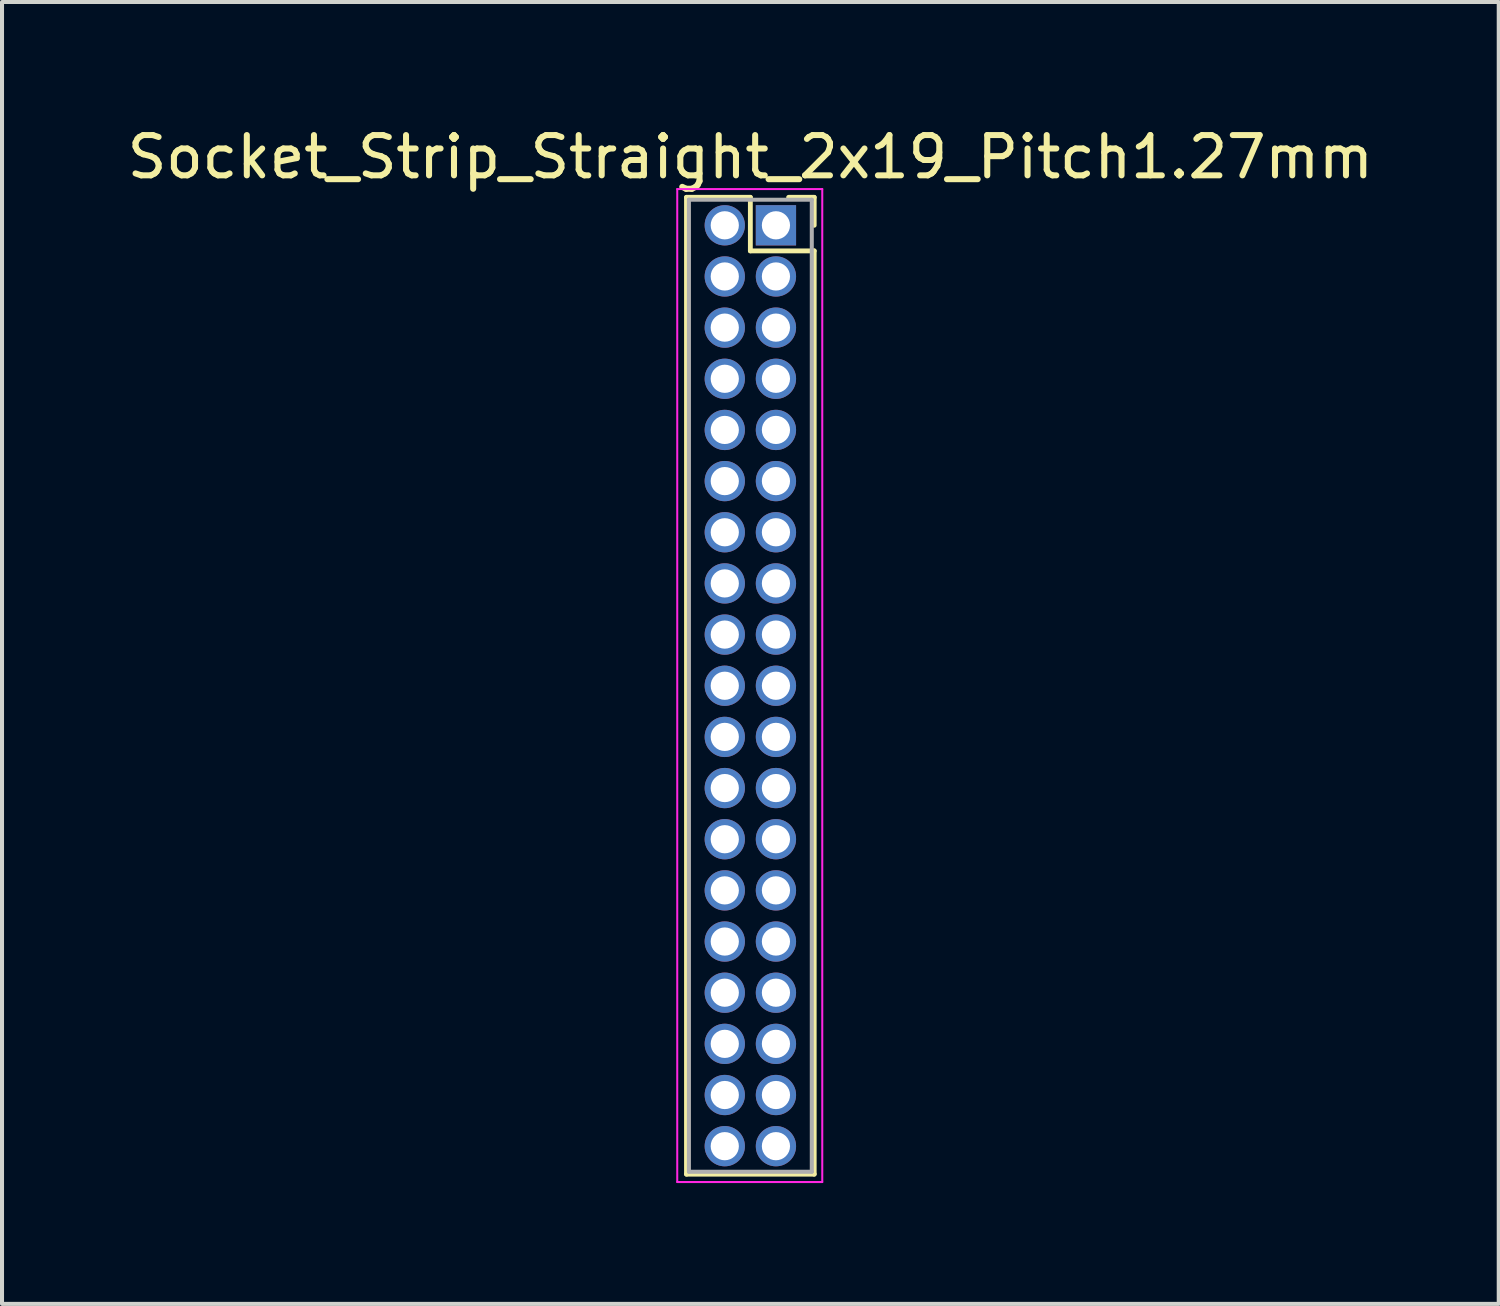
<source format=kicad_pcb>
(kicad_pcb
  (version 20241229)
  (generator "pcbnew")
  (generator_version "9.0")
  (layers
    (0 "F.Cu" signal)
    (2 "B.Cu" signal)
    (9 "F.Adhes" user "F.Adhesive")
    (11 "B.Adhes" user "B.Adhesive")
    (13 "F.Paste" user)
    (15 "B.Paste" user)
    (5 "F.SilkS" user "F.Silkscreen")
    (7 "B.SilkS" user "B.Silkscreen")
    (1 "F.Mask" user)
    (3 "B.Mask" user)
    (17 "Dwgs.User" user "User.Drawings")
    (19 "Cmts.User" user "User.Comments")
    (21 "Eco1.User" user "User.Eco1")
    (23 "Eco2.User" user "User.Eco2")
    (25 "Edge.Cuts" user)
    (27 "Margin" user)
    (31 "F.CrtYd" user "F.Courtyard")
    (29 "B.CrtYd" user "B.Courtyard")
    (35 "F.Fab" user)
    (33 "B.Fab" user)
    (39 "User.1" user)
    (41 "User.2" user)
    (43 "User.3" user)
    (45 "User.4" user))
  (footprint "Socket_Strip_Straight_2x19_Pitch1.27mm"
    (layer "F.Cu")
    (at 16.212 2.543)
    (property "Reference" "Socket_Strip_Straight_2x19_Pitch1.27mm" (at -0.635 -1.695 0) (layer "F.SilkS") (effects (font (size 1 1) (thickness 0.15))))
    (attr through_hole)
    (fp_line (start -2.22 -0.695) (end -0.635 -0.695) (stroke (width 0.12) (type solid)) (layer "F.SilkS"))
    (fp_line (start -2.22 23.555) (end -2.22 -0.695) (stroke (width 0.12) (type solid)) (layer "F.SilkS"))
    (fp_line (start -0.635 -0.695) (end -0.635 0.635) (stroke (width 0.12) (type solid)) (layer "F.SilkS"))
    (fp_line (start -0.635 0.635) (end 0.95 0.635) (stroke (width 0.12) (type solid)) (layer "F.SilkS"))
    (fp_line (start 0.95 -0.695) (end 0.315 -0.695) (stroke (width 0.12) (type solid)) (layer "F.SilkS"))
    (fp_line (start 0.95 0) (end 0.95 -0.695) (stroke (width 0.12) (type solid)) (layer "F.SilkS"))
    (fp_line (start 0.95 0.635) (end 0.95 23.555) (stroke (width 0.12) (type solid)) (layer "F.SilkS"))
    (fp_line (start 0.95 23.555) (end -2.22 23.555) (stroke (width 0.12) (type solid)) (layer "F.SilkS"))
    (fp_line (start -2.45 -0.9) (end -2.45 23.75) (stroke (width 0.05) (type solid)) (layer "F.CrtYd"))
    (fp_line (start -2.45 23.75) (end 1.15 23.75) (stroke (width 0.05) (type solid)) (layer "F.CrtYd"))
    (fp_line (start 1.15 -0.9) (end -2.45 -0.9) (stroke (width 0.05) (type solid)) (layer "F.CrtYd"))
    (fp_line (start 1.15 23.75) (end 1.15 -0.9) (stroke (width 0.05) (type solid)) (layer "F.CrtYd"))
    (fp_line (start -2.16 -0.635) (end -2.16 23.495) (stroke (width 0.1) (type solid)) (layer "F.Fab"))
    (fp_line (start -2.16 23.495) (end 0.89 23.495) (stroke (width 0.1) (type solid)) (layer "F.Fab"))
    (fp_line (start 0.89 -0.635) (end -2.16 -0.635) (stroke (width 0.1) (type solid)) (layer "F.Fab"))
    (fp_line (start 0.89 23.495) (end 0.89 -0.635) (stroke (width 0.1) (type solid)) (layer "F.Fab"))
    (pad "1" thru_hole rect (at 0 0) (size 1 1) (drill 0.7) (layers "*.Cu" "*.Mask"))
    (pad "2" thru_hole oval (at -1.27 0) (size 1 1) (drill 0.7) (layers "*.Cu" "*.Mask"))
    (pad "3" thru_hole oval (at 0 1.27) (size 1 1) (drill 0.7) (layers "*.Cu" "*.Mask"))
    (pad "4" thru_hole oval (at -1.27 1.27) (size 1 1) (drill 0.7) (layers "*.Cu" "*.Mask"))
    (pad "5" thru_hole oval (at 0 2.54) (size 1 1) (drill 0.7) (layers "*.Cu" "*.Mask"))
    (pad "6" thru_hole oval (at -1.27 2.54) (size 1 1) (drill 0.7) (layers "*.Cu" "*.Mask"))
    (pad "7" thru_hole oval (at 0 3.81) (size 1 1) (drill 0.7) (layers "*.Cu" "*.Mask"))
    (pad "8" thru_hole oval (at -1.27 3.81) (size 1 1) (drill 0.7) (layers "*.Cu" "*.Mask"))
    (pad "9" thru_hole oval (at 0 5.08) (size 1 1) (drill 0.7) (layers "*.Cu" "*.Mask"))
    (pad "10" thru_hole oval (at -1.27 5.08) (size 1 1) (drill 0.7) (layers "*.Cu" "*.Mask"))
    (pad "11" thru_hole oval (at 0 6.35) (size 1 1) (drill 0.7) (layers "*.Cu" "*.Mask"))
    (pad "12" thru_hole oval (at -1.27 6.35) (size 1 1) (drill 0.7) (layers "*.Cu" "*.Mask"))
    (pad "13" thru_hole oval (at 0 7.62) (size 1 1) (drill 0.7) (layers "*.Cu" "*.Mask"))
    (pad "14" thru_hole oval (at -1.27 7.62) (size 1 1) (drill 0.7) (layers "*.Cu" "*.Mask"))
    (pad "15" thru_hole oval (at 0 8.89) (size 1 1) (drill 0.7) (layers "*.Cu" "*.Mask"))
    (pad "16" thru_hole oval (at -1.27 8.89) (size 1 1) (drill 0.7) (layers "*.Cu" "*.Mask"))
    (pad "17" thru_hole oval (at 0 10.16) (size 1 1) (drill 0.7) (layers "*.Cu" "*.Mask"))
    (pad "18" thru_hole oval (at -1.27 10.16) (size 1 1) (drill 0.7) (layers "*.Cu" "*.Mask"))
    (pad "19" thru_hole oval (at 0 11.43) (size 1 1) (drill 0.7) (layers "*.Cu" "*.Mask"))
    (pad "20" thru_hole oval (at -1.27 11.43) (size 1 1) (drill 0.7) (layers "*.Cu" "*.Mask"))
    (pad "21" thru_hole oval (at 0 12.7) (size 1 1) (drill 0.7) (layers "*.Cu" "*.Mask"))
    (pad "22" thru_hole oval (at -1.27 12.7) (size 1 1) (drill 0.7) (layers "*.Cu" "*.Mask"))
    (pad "23" thru_hole oval (at 0 13.97) (size 1 1) (drill 0.7) (layers "*.Cu" "*.Mask"))
    (pad "24" thru_hole oval (at -1.27 13.97) (size 1 1) (drill 0.7) (layers "*.Cu" "*.Mask"))
    (pad "25" thru_hole oval (at 0 15.24) (size 1 1) (drill 0.7) (layers "*.Cu" "*.Mask"))
    (pad "26" thru_hole oval (at -1.27 15.24) (size 1 1) (drill 0.7) (layers "*.Cu" "*.Mask"))
    (pad "27" thru_hole oval (at 0 16.51) (size 1 1) (drill 0.7) (layers "*.Cu" "*.Mask"))
    (pad "28" thru_hole oval (at -1.27 16.51) (size 1 1) (drill 0.7) (layers "*.Cu" "*.Mask"))
    (pad "29" thru_hole oval (at 0 17.78) (size 1 1) (drill 0.7) (layers "*.Cu" "*.Mask"))
    (pad "30" thru_hole oval (at -1.27 17.78) (size 1 1) (drill 0.7) (layers "*.Cu" "*.Mask"))
    (pad "31" thru_hole oval (at 0 19.05) (size 1 1) (drill 0.7) (layers "*.Cu" "*.Mask"))
    (pad "32" thru_hole oval (at -1.27 19.05) (size 1 1) (drill 0.7) (layers "*.Cu" "*.Mask"))
    (pad "33" thru_hole oval (at 0 20.32) (size 1 1) (drill 0.7) (layers "*.Cu" "*.Mask"))
    (pad "34" thru_hole oval (at -1.27 20.32) (size 1 1) (drill 0.7) (layers "*.Cu" "*.Mask"))
    (pad "35" thru_hole oval (at 0 21.59) (size 1 1) (drill 0.7) (layers "*.Cu" "*.Mask"))
    (pad "36" thru_hole oval (at -1.27 21.59) (size 1 1) (drill 0.7) (layers "*.Cu" "*.Mask"))
    (pad "37" thru_hole oval (at 0 22.86) (size 1 1) (drill 0.7) (layers "*.Cu" "*.Mask"))
    (pad "38" thru_hole oval (at -1.27 22.86) (size 1 1) (drill 0.7) (layers "*.Cu" "*.Mask")))
  (gr_rect
    (start -3 -3)
    (end 34.155 29.318)
    (stroke (width 0.1) (type default))
    (fill no)
    (layer "Edge.Cuts")))
</source>
